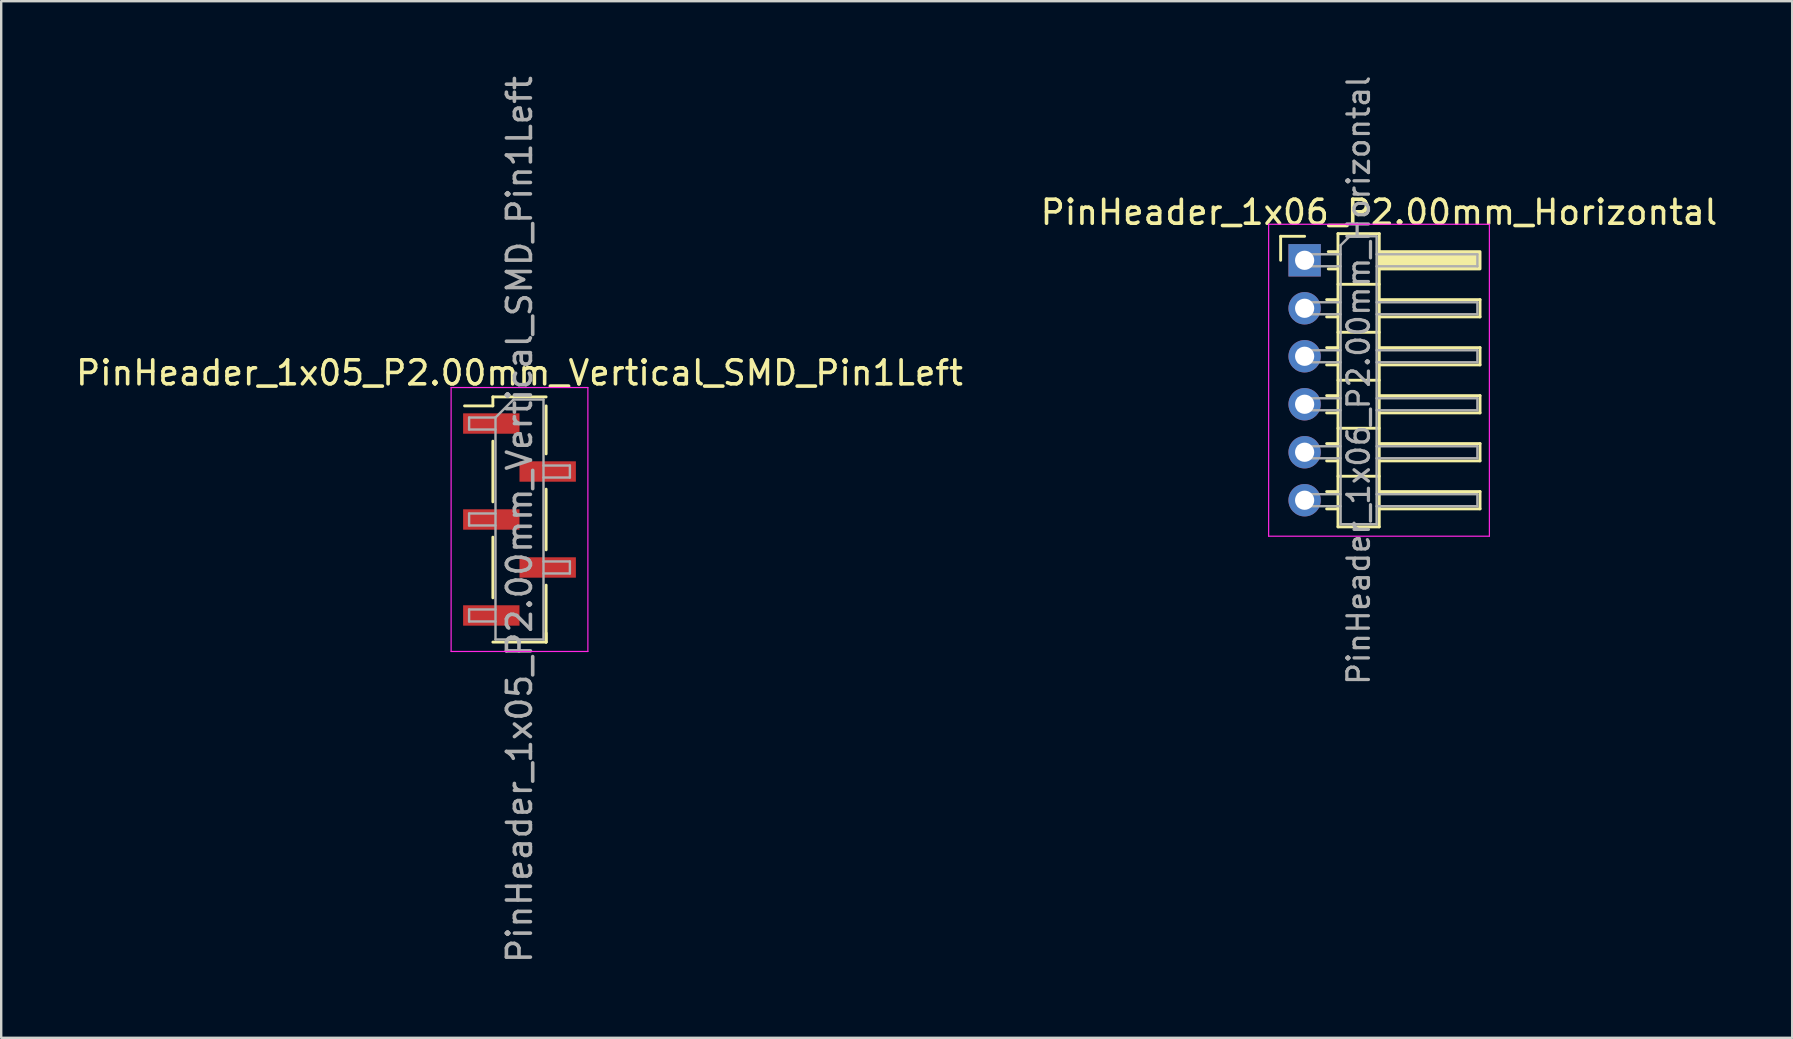
<source format=kicad_pcb>
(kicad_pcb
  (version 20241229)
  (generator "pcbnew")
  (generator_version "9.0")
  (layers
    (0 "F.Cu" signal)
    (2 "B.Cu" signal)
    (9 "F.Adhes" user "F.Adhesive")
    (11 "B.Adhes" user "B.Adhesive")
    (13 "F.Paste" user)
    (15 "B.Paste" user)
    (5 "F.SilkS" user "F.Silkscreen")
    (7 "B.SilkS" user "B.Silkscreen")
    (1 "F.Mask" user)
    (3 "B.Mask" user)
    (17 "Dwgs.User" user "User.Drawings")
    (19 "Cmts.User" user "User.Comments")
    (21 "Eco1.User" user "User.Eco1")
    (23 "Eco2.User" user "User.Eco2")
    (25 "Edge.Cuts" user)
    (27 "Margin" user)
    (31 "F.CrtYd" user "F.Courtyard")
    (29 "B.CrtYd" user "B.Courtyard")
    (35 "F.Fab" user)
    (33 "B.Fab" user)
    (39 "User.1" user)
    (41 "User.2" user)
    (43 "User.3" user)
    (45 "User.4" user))
  (footprint "PinHeader_1x05_P2.00mm_Vertical_SMD_Pin1Left"
    (layer "F.Cu")
    (at 18.601 18.601)
    (property "Reference" "PinHeader_1x05_P2.00mm_Vertical_SMD_Pin1Left" (at 0 -6.11 0) (layer "F.SilkS") (effects (font (size 1 1) (thickness 0.15))))
    (attr smd)
    (fp_line (start -1.11 -5.11) (end -1.11 -4.735) (stroke (width 0.12) (type solid)) (layer "F.SilkS"))
    (fp_line (start -1.11 -5.11) (end 1.11 -5.11) (stroke (width 0.12) (type solid)) (layer "F.SilkS"))
    (fp_line (start -1.11 -4.735) (end -2.29 -4.735) (stroke (width 0.12) (type solid)) (layer "F.SilkS"))
    (fp_line (start -1.11 -3.265) (end -1.11 -0.735) (stroke (width 0.12) (type solid)) (layer "F.SilkS"))
    (fp_line (start -1.11 0.735) (end -1.11 3.265) (stroke (width 0.12) (type solid)) (layer "F.SilkS"))
    (fp_line (start -1.11 5.11) (end 1.11 5.11) (stroke (width 0.12) (type solid)) (layer "F.SilkS"))
    (fp_line (start 1.11 -4.735) (end 1.11 -2.735) (stroke (width 0.12) (type solid)) (layer "F.SilkS"))
    (fp_line (start 1.11 -1.265) (end 1.11 1.265) (stroke (width 0.12) (type solid)) (layer "F.SilkS"))
    (fp_line (start 1.11 2.735) (end 1.11 5.11) (stroke (width 0.12) (type solid)) (layer "F.SilkS"))
    (fp_line (start 1.11 4.735) (end 1.11 5.11) (stroke (width 0.12) (type solid)) (layer "F.SilkS"))
    (fp_line (start -2.85 -5.5) (end -2.85 5.5) (stroke (width 0.05) (type solid)) (layer "F.CrtYd"))
    (fp_line (start -2.85 5.5) (end 2.85 5.5) (stroke (width 0.05) (type solid)) (layer "F.CrtYd"))
    (fp_line (start 2.85 -5.5) (end -2.85 -5.5) (stroke (width 0.05) (type solid)) (layer "F.CrtYd"))
    (fp_line (start 2.85 5.5) (end 2.85 -5.5) (stroke (width 0.05) (type solid)) (layer "F.CrtYd"))
    (fp_line (start -2.1 -4.25) (end -2.1 -3.75) (stroke (width 0.1) (type solid)) (layer "F.Fab"))
    (fp_line (start -2.1 -3.75) (end -1 -3.75) (stroke (width 0.1) (type solid)) (layer "F.Fab"))
    (fp_line (start -2.1 -0.25) (end -2.1 0.25) (stroke (width 0.1) (type solid)) (layer "F.Fab"))
    (fp_line (start -2.1 0.25) (end -1 0.25) (stroke (width 0.1) (type solid)) (layer "F.Fab"))
    (fp_line (start -2.1 3.75) (end -2.1 4.25) (stroke (width 0.1) (type solid)) (layer "F.Fab"))
    (fp_line (start -2.1 4.25) (end -1 4.25) (stroke (width 0.1) (type solid)) (layer "F.Fab"))
    (fp_line (start -1 -4.25) (end -2.1 -4.25) (stroke (width 0.1) (type solid)) (layer "F.Fab"))
    (fp_line (start -1 -4.25) (end -0.25 -5) (stroke (width 0.1) (type solid)) (layer "F.Fab"))
    (fp_line (start -1 -0.25) (end -2.1 -0.25) (stroke (width 0.1) (type solid)) (layer "F.Fab"))
    (fp_line (start -1 3.75) (end -2.1 3.75) (stroke (width 0.1) (type solid)) (layer "F.Fab"))
    (fp_line (start -1 5) (end -1 -4.25) (stroke (width 0.1) (type solid)) (layer "F.Fab"))
    (fp_line (start -0.25 -5) (end 1 -5) (stroke (width 0.1) (type solid)) (layer "F.Fab"))
    (fp_line (start 1 -5) (end 1 5) (stroke (width 0.1) (type solid)) (layer "F.Fab"))
    (fp_line (start 1 -2.25) (end 2.1 -2.25) (stroke (width 0.1) (type solid)) (layer "F.Fab"))
    (fp_line (start 1 1.75) (end 2.1 1.75) (stroke (width 0.1) (type solid)) (layer "F.Fab"))
    (fp_line (start 1 5) (end -1 5) (stroke (width 0.1) (type solid)) (layer "F.Fab"))
    (fp_line (start 2.1 -2.25) (end 2.1 -1.75) (stroke (width 0.1) (type solid)) (layer "F.Fab"))
    (fp_line (start 2.1 -1.75) (end 1 -1.75) (stroke (width 0.1) (type solid)) (layer "F.Fab"))
    (fp_line (start 2.1 1.75) (end 2.1 2.25) (stroke (width 0.1) (type solid)) (layer "F.Fab"))
    (fp_line (start 2.1 2.25) (end 1 2.25) (stroke (width 0.1) (type solid)) (layer "F.Fab"))
    (fp_text user "${REFERENCE}" (at 0 0 90) (layer "F.Fab") (effects (font (size 1 1) (thickness 0.15))))
    (pad "1" smd rect (at -1.175 -4) (size 2.35 0.85) (layers "F.Cu" "F.Mask" "F.Paste"))
    (pad "2" smd rect (at 1.175 -2) (size 2.35 0.85) (layers "F.Cu" "F.Mask" "F.Paste"))
    (pad "3" smd rect (at -1.175 0) (size 2.35 0.85) (layers "F.Cu" "F.Mask" "F.Paste"))
    (pad "4" smd rect (at 1.175 2) (size 2.35 0.85) (layers "F.Cu" "F.Mask" "F.Paste"))
    (pad "5" smd rect (at -1.175 4) (size 2.35 0.85) (layers "F.Cu" "F.Mask" "F.Paste")))
  (footprint "PinHeader_1x06_P2.00mm_Horizontal"
    (layer "F.Cu")
    (at 51.323 7.798)
    (property "Reference" "PinHeader_1x06_P2.00mm_Horizontal" (at 3.1 -2 0) (layer "F.SilkS") (effects (font (size 1 1) (thickness 0.15))))
    (attr through_hole)
    (fp_line (start -1 -1) (end 0 -1) (stroke (width 0.12) (type solid)) (layer "F.SilkS"))
    (fp_line (start -1 0) (end -1 -1) (stroke (width 0.12) (type solid)) (layer "F.SilkS"))
    (fp_line (start 0.917 1.64) (end 1.39 1.64) (stroke (width 0.12) (type solid)) (layer "F.SilkS"))
    (fp_line (start 0.917 2.36) (end 1.39 2.36) (stroke (width 0.12) (type solid)) (layer "F.SilkS"))
    (fp_line (start 0.917 3.64) (end 1.39 3.64) (stroke (width 0.12) (type solid)) (layer "F.SilkS"))
    (fp_line (start 0.917 4.36) (end 1.39 4.36) (stroke (width 0.12) (type solid)) (layer "F.SilkS"))
    (fp_line (start 0.917 5.64) (end 1.39 5.64) (stroke (width 0.12) (type solid)) (layer "F.SilkS"))
    (fp_line (start 0.917 6.36) (end 1.39 6.36) (stroke (width 0.12) (type solid)) (layer "F.SilkS"))
    (fp_line (start 0.917 7.64) (end 1.39 7.64) (stroke (width 0.12) (type solid)) (layer "F.SilkS"))
    (fp_line (start 0.917 8.36) (end 1.39 8.36) (stroke (width 0.12) (type solid)) (layer "F.SilkS"))
    (fp_line (start 0.917 9.64) (end 1.39 9.64) (stroke (width 0.12) (type solid)) (layer "F.SilkS"))
    (fp_line (start 0.917 10.36) (end 1.39 10.36) (stroke (width 0.12) (type solid)) (layer "F.SilkS"))
    (fp_line (start 0.985 -0.36) (end 1.39 -0.36) (stroke (width 0.12) (type solid)) (layer "F.SilkS"))
    (fp_line (start 0.985 0.36) (end 1.39 0.36) (stroke (width 0.12) (type solid)) (layer "F.SilkS"))
    (fp_line (start 1.39 -1.11) (end 1.39 11.11) (stroke (width 0.12) (type solid)) (layer "F.SilkS"))
    (fp_line (start 1.39 1) (end 3.11 1) (stroke (width 0.12) (type solid)) (layer "F.SilkS"))
    (fp_line (start 1.39 3) (end 3.11 3) (stroke (width 0.12) (type solid)) (layer "F.SilkS"))
    (fp_line (start 1.39 5) (end 3.11 5) (stroke (width 0.12) (type solid)) (layer "F.SilkS"))
    (fp_line (start 1.39 7) (end 3.11 7) (stroke (width 0.12) (type solid)) (layer "F.SilkS"))
    (fp_line (start 1.39 9) (end 3.11 9) (stroke (width 0.12) (type solid)) (layer "F.SilkS"))
    (fp_line (start 1.39 11.11) (end 3.11 11.11) (stroke (width 0.12) (type solid)) (layer "F.SilkS"))
    (fp_line (start 3.11 -1.11) (end 1.39 -1.11) (stroke (width 0.12) (type solid)) (layer "F.SilkS"))
    (fp_line (start 3.11 1.64) (end 7.31 1.64) (stroke (width 0.12) (type solid)) (layer "F.SilkS"))
    (fp_line (start 3.11 3.64) (end 7.31 3.64) (stroke (width 0.12) (type solid)) (layer "F.SilkS"))
    (fp_line (start 3.11 5.64) (end 7.31 5.64) (stroke (width 0.12) (type solid)) (layer "F.SilkS"))
    (fp_line (start 3.11 7.64) (end 7.31 7.64) (stroke (width 0.12) (type solid)) (layer "F.SilkS"))
    (fp_line (start 3.11 9.64) (end 7.31 9.64) (stroke (width 0.12) (type solid)) (layer "F.SilkS"))
    (fp_line (start 3.11 11.11) (end 3.11 -1.11) (stroke (width 0.12) (type solid)) (layer "F.SilkS"))
    (fp_line (start 7.31 1.64) (end 7.31 2.36) (stroke (width 0.12) (type solid)) (layer "F.SilkS"))
    (fp_line (start 7.31 2.36) (end 3.11 2.36) (stroke (width 0.12) (type solid)) (layer "F.SilkS"))
    (fp_line (start 7.31 3.64) (end 7.31 4.36) (stroke (width 0.12) (type solid)) (layer "F.SilkS"))
    (fp_line (start 7.31 4.36) (end 3.11 4.36) (stroke (width 0.12) (type solid)) (layer "F.SilkS"))
    (fp_line (start 7.31 5.64) (end 7.31 6.36) (stroke (width 0.12) (type solid)) (layer "F.SilkS"))
    (fp_line (start 7.31 6.36) (end 3.11 6.36) (stroke (width 0.12) (type solid)) (layer "F.SilkS"))
    (fp_line (start 7.31 7.64) (end 7.31 8.36) (stroke (width 0.12) (type solid)) (layer "F.SilkS"))
    (fp_line (start 7.31 8.36) (end 3.11 8.36) (stroke (width 0.12) (type solid)) (layer "F.SilkS"))
    (fp_line (start 7.31 9.64) (end 7.31 10.36) (stroke (width 0.12) (type solid)) (layer "F.SilkS"))
    (fp_line (start 7.31 10.36) (end 3.11 10.36) (stroke (width 0.12) (type solid)) (layer "F.SilkS"))
    (fp_rect (start 3.11 -0.36) (end 7.31 0.36) (stroke (width 0.12) (type solid)) (fill yes) (layer "F.SilkS"))
    (fp_line (start -1.5 -1.5) (end -1.5 11.5) (stroke (width 0.05) (type solid)) (layer "F.CrtYd"))
    (fp_line (start -1.5 11.5) (end 7.7 11.5) (stroke (width 0.05) (type solid)) (layer "F.CrtYd"))
    (fp_line (start 7.7 -1.5) (end -1.5 -1.5) (stroke (width 0.05) (type solid)) (layer "F.CrtYd"))
    (fp_line (start 7.7 11.5) (end 7.7 -1.5) (stroke (width 0.05) (type solid)) (layer "F.CrtYd"))
    (fp_line (start -0.25 -0.25) (end -0.25 0.25) (stroke (width 0.1) (type solid)) (layer "F.Fab"))
    (fp_line (start -0.25 -0.25) (end 1.5 -0.25) (stroke (width 0.1) (type solid)) (layer "F.Fab"))
    (fp_line (start -0.25 0.25) (end 1.5 0.25) (stroke (width 0.1) (type solid)) (layer "F.Fab"))
    (fp_line (start -0.25 1.75) (end -0.25 2.25) (stroke (width 0.1) (type solid)) (layer "F.Fab"))
    (fp_line (start -0.25 1.75) (end 1.5 1.75) (stroke (width 0.1) (type solid)) (layer "F.Fab"))
    (fp_line (start -0.25 2.25) (end 1.5 2.25) (stroke (width 0.1) (type solid)) (layer "F.Fab"))
    (fp_line (start -0.25 3.75) (end -0.25 4.25) (stroke (width 0.1) (type solid)) (layer "F.Fab"))
    (fp_line (start -0.25 3.75) (end 1.5 3.75) (stroke (width 0.1) (type solid)) (layer "F.Fab"))
    (fp_line (start -0.25 4.25) (end 1.5 4.25) (stroke (width 0.1) (type solid)) (layer "F.Fab"))
    (fp_line (start -0.25 5.75) (end -0.25 6.25) (stroke (width 0.1) (type solid)) (layer "F.Fab"))
    (fp_line (start -0.25 5.75) (end 1.5 5.75) (stroke (width 0.1) (type solid)) (layer "F.Fab"))
    (fp_line (start -0.25 6.25) (end 1.5 6.25) (stroke (width 0.1) (type solid)) (layer "F.Fab"))
    (fp_line (start -0.25 7.75) (end -0.25 8.25) (stroke (width 0.1) (type solid)) (layer "F.Fab"))
    (fp_line (start -0.25 7.75) (end 1.5 7.75) (stroke (width 0.1) (type solid)) (layer "F.Fab"))
    (fp_line (start -0.25 8.25) (end 1.5 8.25) (stroke (width 0.1) (type solid)) (layer "F.Fab"))
    (fp_line (start -0.25 9.75) (end -0.25 10.25) (stroke (width 0.1) (type solid)) (layer "F.Fab"))
    (fp_line (start -0.25 9.75) (end 1.5 9.75) (stroke (width 0.1) (type solid)) (layer "F.Fab"))
    (fp_line (start -0.25 10.25) (end 1.5 10.25) (stroke (width 0.1) (type solid)) (layer "F.Fab"))
    (fp_line (start 1.5 -0.625) (end 1.875 -1) (stroke (width 0.1) (type solid)) (layer "F.Fab"))
    (fp_line (start 1.5 11) (end 1.5 -0.625) (stroke (width 0.1) (type solid)) (layer "F.Fab"))
    (fp_line (start 1.875 -1) (end 3 -1) (stroke (width 0.1) (type solid)) (layer "F.Fab"))
    (fp_line (start 3 -1) (end 3 11) (stroke (width 0.1) (type solid)) (layer "F.Fab"))
    (fp_line (start 3 -0.25) (end 7.2 -0.25) (stroke (width 0.1) (type solid)) (layer "F.Fab"))
    (fp_line (start 3 0.25) (end 7.2 0.25) (stroke (width 0.1) (type solid)) (layer "F.Fab"))
    (fp_line (start 3 1.75) (end 7.2 1.75) (stroke (width 0.1) (type solid)) (layer "F.Fab"))
    (fp_line (start 3 2.25) (end 7.2 2.25) (stroke (width 0.1) (type solid)) (layer "F.Fab"))
    (fp_line (start 3 3.75) (end 7.2 3.75) (stroke (width 0.1) (type solid)) (layer "F.Fab"))
    (fp_line (start 3 4.25) (end 7.2 4.25) (stroke (width 0.1) (type solid)) (layer "F.Fab"))
    (fp_line (start 3 5.75) (end 7.2 5.75) (stroke (width 0.1) (type solid)) (layer "F.Fab"))
    (fp_line (start 3 6.25) (end 7.2 6.25) (stroke (width 0.1) (type solid)) (layer "F.Fab"))
    (fp_line (start 3 7.75) (end 7.2 7.75) (stroke (width 0.1) (type solid)) (layer "F.Fab"))
    (fp_line (start 3 8.25) (end 7.2 8.25) (stroke (width 0.1) (type solid)) (layer "F.Fab"))
    (fp_line (start 3 9.75) (end 7.2 9.75) (stroke (width 0.1) (type solid)) (layer "F.Fab"))
    (fp_line (start 3 10.25) (end 7.2 10.25) (stroke (width 0.1) (type solid)) (layer "F.Fab"))
    (fp_line (start 3 11) (end 1.5 11) (stroke (width 0.1) (type solid)) (layer "F.Fab"))
    (fp_line (start 7.2 -0.25) (end 7.2 0.25) (stroke (width 0.1) (type solid)) (layer "F.Fab"))
    (fp_line (start 7.2 1.75) (end 7.2 2.25) (stroke (width 0.1) (type solid)) (layer "F.Fab"))
    (fp_line (start 7.2 3.75) (end 7.2 4.25) (stroke (width 0.1) (type solid)) (layer "F.Fab"))
    (fp_line (start 7.2 5.75) (end 7.2 6.25) (stroke (width 0.1) (type solid)) (layer "F.Fab"))
    (fp_line (start 7.2 7.75) (end 7.2 8.25) (stroke (width 0.1) (type solid)) (layer "F.Fab"))
    (fp_line (start 7.2 9.75) (end 7.2 10.25) (stroke (width 0.1) (type solid)) (layer "F.Fab"))
    (fp_text user "${REFERENCE}" (at 2.25 5 90) (layer "F.Fab") (effects (font (size 0.9 0.9) (thickness 0.135))))
    (pad "1" thru_hole rect (at 0 0) (size 1.35 1.35) (drill 0.8) (layers "*.Cu" "*.Mask"))
    (pad "2" thru_hole circle (at 0 2) (size 1.35 1.35) (drill 0.8) (layers "*.Cu" "*.Mask"))
    (pad "3" thru_hole circle (at 0 4) (size 1.35 1.35) (drill 0.8) (layers "*.Cu" "*.Mask"))
    (pad "4" thru_hole circle (at 0 6) (size 1.35 1.35) (drill 0.8) (layers "*.Cu" "*.Mask"))
    (pad "5" thru_hole circle (at 0 8) (size 1.35 1.35) (drill 0.8) (layers "*.Cu" "*.Mask"))
    (pad "6" thru_hole circle (at 0 10) (size 1.35 1.35) (drill 0.8) (layers "*.Cu" "*.Mask")))
  (gr_rect
    (start -3 -3)
    (end 71.643 40.202)
    (stroke (width 0.1) (type default))
    (fill no)
    (layer "Edge.Cuts")))
</source>
